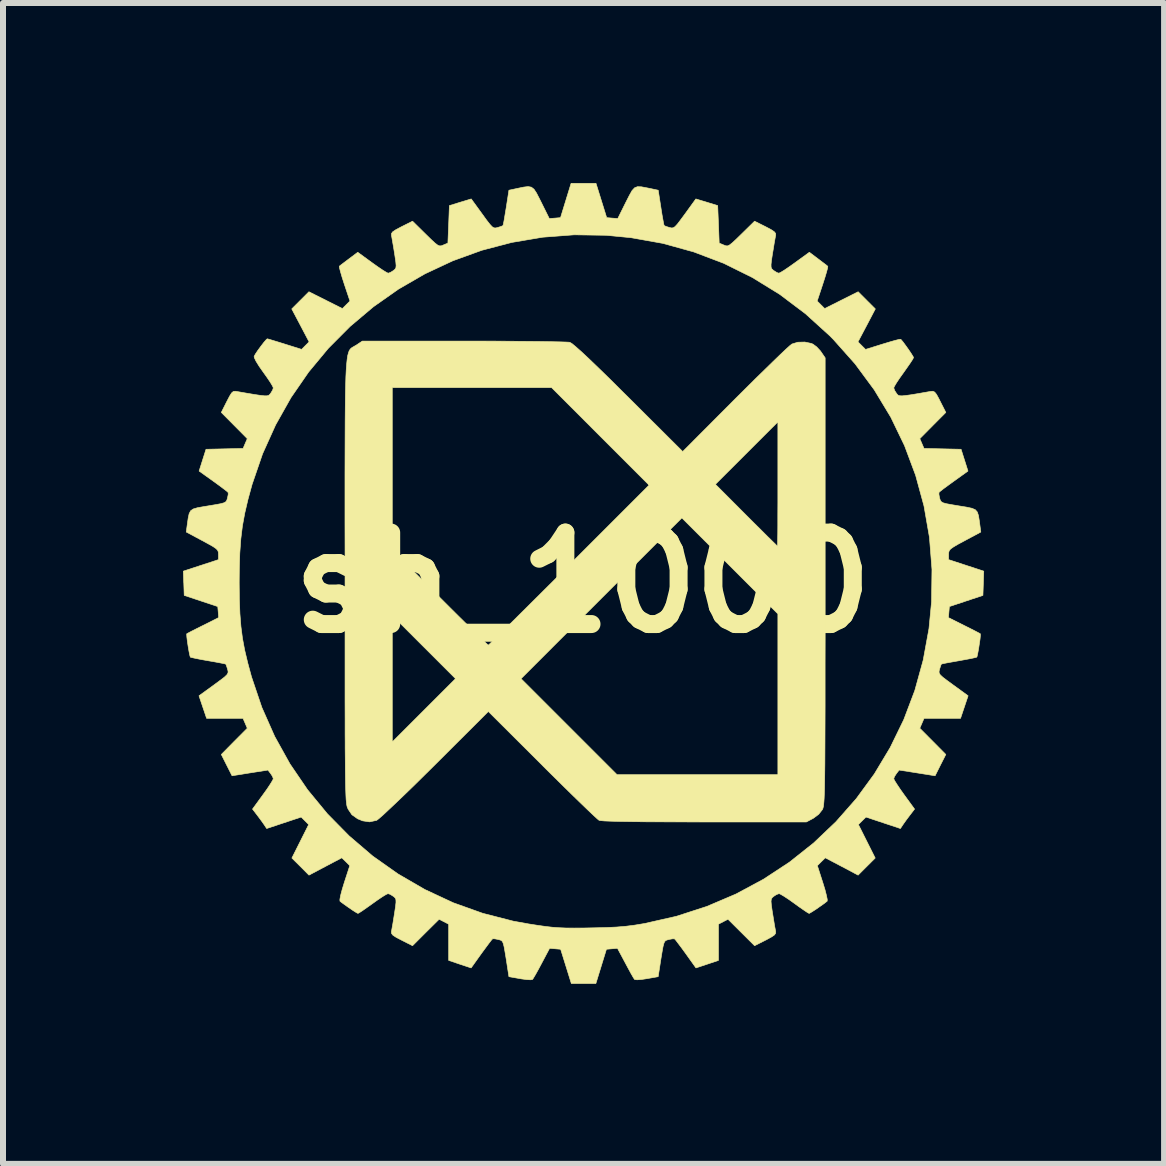
<source format=kicad_pcb>
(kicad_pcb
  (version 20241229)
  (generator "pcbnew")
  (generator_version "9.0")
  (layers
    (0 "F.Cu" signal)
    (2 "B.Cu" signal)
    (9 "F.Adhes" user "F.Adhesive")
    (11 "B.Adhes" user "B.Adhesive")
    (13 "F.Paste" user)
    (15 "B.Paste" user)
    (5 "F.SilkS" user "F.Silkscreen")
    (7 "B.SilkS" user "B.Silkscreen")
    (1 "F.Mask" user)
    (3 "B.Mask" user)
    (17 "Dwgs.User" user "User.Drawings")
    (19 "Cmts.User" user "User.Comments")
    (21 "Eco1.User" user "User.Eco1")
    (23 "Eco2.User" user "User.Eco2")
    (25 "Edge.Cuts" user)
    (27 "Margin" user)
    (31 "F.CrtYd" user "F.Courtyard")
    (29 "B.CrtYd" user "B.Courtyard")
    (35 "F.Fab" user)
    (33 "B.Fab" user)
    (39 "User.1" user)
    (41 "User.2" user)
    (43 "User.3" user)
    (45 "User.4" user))
  (footprint "sh_1000"
    (layer "F.Cu")
    (at 6.662 6.66)
    (property "Reference" "sh_1000" (at 0 0 0) (layer "F.SilkS") (effects (font (size 1.524 1.524) (thickness 0.3))))
    (attr through_hole)
    (fp_poly (pts (xy -1.693 -4.026) (xy -1.416 -4.025) (xy -1.156 -4.023) (xy -0.92 -4.021) (xy -0.71 -4.019) (xy -0.531 -4.016) (xy -0.388 -4.013) (xy -0.285 -4.01) (xy -0.226 -4.007) (xy -0.216 -4.005) (xy -0.18 -3.984) (xy -0.115 -3.93) (xy -0.019 -3.845) (xy 0.108 -3.726) (xy 0.267 -3.573) (xy 0.46 -3.385) (xy 0.685 -3.161) (xy 0.762 -3.085) (xy 1.665 -2.185) (xy 2.54 -3.063) (xy 2.716 -3.238) (xy 2.883 -3.404) (xy 3.038 -3.555) (xy 3.175 -3.689) (xy 3.292 -3.802) (xy 3.385 -3.89) (xy 3.45 -3.949) (xy 3.484 -3.976) (xy 3.485 -3.977) (xy 3.583 -4.007) (xy 3.7 -4.01) (xy 3.808 -3.987) (xy 3.836 -3.975) (xy 3.898 -3.929) (xy 3.96 -3.862) (xy 3.974 -3.842) (xy 4.039 -3.747) (xy 4.039 -0.025) (xy 4.039 0.483) (xy 4.039 0.943) (xy 4.038 1.357) (xy 4.038 1.728) (xy 4.038 2.057) (xy 4.037 2.349) (xy 4.036 2.604) (xy 4.035 2.826) (xy 4.034 3.017) (xy 4.032 3.18) (xy 4.03 3.317) (xy 4.028 3.43) (xy 4.025 3.521) (xy 4.022 3.595) (xy 4.018 3.652) (xy 4.014 3.695) (xy 4.01 3.728) (xy 4.004 3.752) (xy 3.999 3.769) (xy 3.992 3.783) (xy 3.991 3.784) (xy 3.931 3.86) (xy 3.844 3.925) (xy 3.835 3.93) (xy 3.726 3.988) (xy 2.026 3.988) (xy 1.648 3.987) (xy 1.32 3.986) (xy 1.039 3.985) (xy 0.804 3.982) (xy 0.614 3.979) (xy 0.467 3.975) (xy 0.362 3.971) (xy 0.296 3.965) (xy 0.271 3.96) (xy 0.243 3.937) (xy 0.182 3.881) (xy 0.093 3.797) (xy -0.021 3.687) (xy -0.156 3.556) (xy -0.309 3.406) (xy -0.475 3.242) (xy -0.652 3.067) (xy -0.679 3.039) (xy -1.574 2.147) (xy -2.47 3.041) (xy -2.648 3.217) (xy -2.817 3.384) (xy -2.974 3.536) (xy -3.114 3.67) (xy -3.234 3.783) (xy -3.329 3.872) (xy -3.398 3.932) (xy -3.434 3.96) (xy -3.437 3.961) (xy -3.553 3.986) (xy -3.669 3.969) (xy -3.752 3.935) (xy -3.848 3.867) (xy -3.91 3.775) (xy -3.917 3.759) (xy -3.924 3.743) (xy -3.93 3.722) (xy -3.935 3.695) (xy -3.939 3.66) (xy -3.944 3.613) (xy -3.947 3.552) (xy -3.95 3.475) (xy -3.953 3.379) (xy -3.955 3.262) (xy -3.957 3.12) (xy -3.958 2.953) (xy -3.96 2.756) (xy -3.96 2.654) (xy -3.175 2.654) (xy -2.121 1.6) (xy -2.121 1.6) (xy -1.029 1.6) (xy 0.571 3.2) (xy 3.251 3.2) (xy 3.251 0.52) (xy 1.651 -1.079) (xy 0.311 0.26) (xy -1.029 1.6) (xy -2.121 1.6) (xy -2.648 1.073) (xy -3.175 0.546) (xy -3.175 2.654) (xy -3.96 2.654) (xy -3.961 2.528) (xy -3.961 2.267) (xy -3.962 1.969) (xy -3.962 1.632) (xy -3.962 1.253) (xy -3.962 0.831) (xy -3.962 0.362) (xy -3.962 -0.023) (xy -3.962 -0.538) (xy -3.963 -1.005) (xy -3.963 -1.425) (xy -3.963 -1.803) (xy -3.962 -2.139) (xy -3.961 -2.436) (xy -3.96 -2.698) (xy -3.958 -2.926) (xy -3.956 -3.122) (xy -3.953 -3.251) (xy -3.175 -3.251) (xy -3.175 -0.546) (xy -2.381 0.248) (xy -2.216 0.413) (xy -2.062 0.566) (xy -1.922 0.704) (xy -1.801 0.824) (xy -1.702 0.921) (xy -1.629 0.991) (xy -1.586 1.032) (xy -1.575 1.041) (xy -1.555 1.024) (xy -1.503 0.973) (xy -1.42 0.892) (xy -1.309 0.784) (xy -1.174 0.65) (xy -1.018 0.495) (xy -0.842 0.32) (xy -0.65 0.129) (xy -0.445 -0.075) (xy -0.23 -0.291) (xy -0.229 -0.292) (xy 1.105 -1.626) (xy 1.091 -1.639) (xy 2.21 -1.639) (xy 2.724 -1.124) (xy 2.856 -0.992) (xy 2.976 -0.873) (xy 3.079 -0.77) (xy 3.161 -0.69) (xy 3.217 -0.635) (xy 3.243 -0.61) (xy 3.245 -0.61) (xy 3.246 -0.634) (xy 3.247 -0.704) (xy 3.249 -0.814) (xy 3.25 -0.959) (xy 3.25 -1.134) (xy 3.251 -1.332) (xy 3.251 -1.55) (xy 3.251 -1.644) (xy 3.251 -2.679) (xy 2.21 -1.639) (xy 1.091 -1.639) (xy 0.292 -2.438) (xy -0.52 -3.251) (xy -1.848 -3.251) (xy -3.175 -3.251) (xy -3.953 -3.251) (xy -3.952 -3.29) (xy -3.948 -3.431) (xy -3.942 -3.549) (xy -3.935 -3.644) (xy -3.927 -3.721) (xy -3.918 -3.782) (xy -3.906 -3.828) (xy -3.894 -3.862) (xy -3.879 -3.887) (xy -3.863 -3.905) (xy -3.844 -3.919) (xy -3.823 -3.931) (xy -3.801 -3.944) (xy -3.776 -3.958) (xy -3.674 -4.026) (xy -1.983 -4.026) (xy -1.693 -4.026)) (stroke (width 0.01) (type solid)) (fill yes) (layer "F.SilkS"))
    (fp_poly (pts (xy 0.309 -6.369) (xy 0.398 -6.083) (xy 0.491 -6.075) (xy 0.583 -6.068) (xy 0.716 -6.336) (xy 0.776 -6.454) (xy 0.821 -6.534) (xy 0.863 -6.58) (xy 0.911 -6.599) (xy 0.976 -6.597) (xy 1.067 -6.58) (xy 1.117 -6.57) (xy 1.257 -6.54) (xy 1.302 -6.25) (xy 1.32 -6.135) (xy 1.337 -6.04) (xy 1.349 -5.975) (xy 1.356 -5.951) (xy 1.384 -5.938) (xy 1.44 -5.92) (xy 1.444 -5.919) (xy 1.478 -5.911) (xy 1.507 -5.914) (xy 1.537 -5.933) (xy 1.576 -5.975) (xy 1.63 -6.046) (xy 1.704 -6.146) (xy 1.884 -6.395) (xy 2.066 -6.34) (xy 2.248 -6.284) (xy 2.261 -5.972) (xy 2.273 -5.659) (xy 2.349 -5.627) (xy 2.383 -5.614) (xy 2.412 -5.612) (xy 2.445 -5.627) (xy 2.49 -5.662) (xy 2.556 -5.723) (xy 2.644 -5.809) (xy 2.863 -6.024) (xy 3.045 -5.933) (xy 3.136 -5.885) (xy 3.189 -5.85) (xy 3.213 -5.821) (xy 3.215 -5.79) (xy 3.213 -5.784) (xy 3.204 -5.735) (xy 3.189 -5.65) (xy 3.172 -5.544) (xy 3.162 -5.486) (xy 3.145 -5.375) (xy 3.137 -5.302) (xy 3.138 -5.258) (xy 3.149 -5.231) (xy 3.171 -5.21) (xy 3.182 -5.201) (xy 3.233 -5.169) (xy 3.267 -5.157) (xy 3.298 -5.171) (xy 3.36 -5.209) (xy 3.444 -5.266) (xy 3.535 -5.331) (xy 3.776 -5.506) (xy 3.923 -5.395) (xy 3.997 -5.339) (xy 4.054 -5.296) (xy 4.082 -5.273) (xy 4.083 -5.273) (xy 4.08 -5.245) (xy 4.063 -5.18) (xy 4.035 -5.086) (xy 4 -4.977) (xy 3.906 -4.693) (xy 3.968 -4.631) (xy 4.031 -4.568) (xy 4.589 -4.848) (xy 4.732 -4.705) (xy 4.875 -4.562) (xy 4.731 -4.287) (xy 4.586 -4.013) (xy 4.649 -3.95) (xy 4.712 -3.887) (xy 5 -3.977) (xy 5.113 -4.011) (xy 5.207 -4.038) (xy 5.273 -4.054) (xy 5.299 -4.056) (xy 5.332 -4.018) (xy 5.378 -3.956) (xy 5.428 -3.886) (xy 5.473 -3.819) (xy 5.504 -3.769) (xy 5.512 -3.752) (xy 5.498 -3.723) (xy 5.459 -3.663) (xy 5.402 -3.581) (xy 5.347 -3.503) (xy 5.28 -3.409) (xy 5.226 -3.328) (xy 5.192 -3.27) (xy 5.182 -3.246) (xy 5.197 -3.203) (xy 5.227 -3.156) (xy 5.242 -3.136) (xy 5.258 -3.122) (xy 5.282 -3.115) (xy 5.32 -3.113) (xy 5.38 -3.119) (xy 5.468 -3.131) (xy 5.59 -3.151) (xy 5.755 -3.18) (xy 5.798 -3.187) (xy 5.834 -3.19) (xy 5.864 -3.176) (xy 5.894 -3.139) (xy 5.933 -3.068) (xy 5.958 -3.018) (xy 6.05 -2.837) (xy 5.833 -2.619) (xy 5.616 -2.4) (xy 5.651 -2.319) (xy 5.686 -2.237) (xy 5.995 -2.23) (xy 6.304 -2.223) (xy 6.419 -1.86) (xy 6.182 -1.69) (xy 6.087 -1.621) (xy 6.008 -1.563) (xy 5.955 -1.521) (xy 5.935 -1.503) (xy 5.935 -1.469) (xy 5.946 -1.41) (xy 5.947 -1.407) (xy 5.958 -1.373) (xy 5.974 -1.349) (xy 6.005 -1.331) (xy 6.059 -1.316) (xy 6.146 -1.3) (xy 6.265 -1.28) (xy 6.395 -1.259) (xy 6.484 -1.24) (xy 6.541 -1.216) (xy 6.574 -1.178) (xy 6.594 -1.119) (xy 6.608 -1.03) (xy 6.616 -0.97) (xy 6.633 -0.844) (xy 6.365 -0.7) (xy 6.251 -0.639) (xy 6.175 -0.594) (xy 6.129 -0.561) (xy 6.106 -0.532) (xy 6.097 -0.5) (xy 6.096 -0.47) (xy 6.096 -0.384) (xy 6.389 -0.288) (xy 6.682 -0.192) (xy 6.675 0.01) (xy 6.668 0.212) (xy 6.109 0.398) (xy 6.101 0.49) (xy 6.093 0.582) (xy 6.355 0.713) (xy 6.459 0.765) (xy 6.545 0.809) (xy 6.604 0.84) (xy 6.625 0.852) (xy 6.626 0.879) (xy 6.62 0.941) (xy 6.608 1.022) (xy 6.595 1.108) (xy 6.581 1.182) (xy 6.57 1.231) (xy 6.565 1.241) (xy 6.537 1.249) (xy 6.469 1.264) (xy 6.373 1.282) (xy 6.268 1.301) (xy 6.155 1.321) (xy 6.061 1.338) (xy 5.998 1.351) (xy 5.975 1.357) (xy 5.964 1.384) (xy 5.946 1.44) (xy 5.945 1.444) (xy 5.937 1.478) (xy 5.939 1.507) (xy 5.958 1.537) (xy 6 1.576) (xy 6.071 1.63) (xy 6.172 1.704) (xy 6.421 1.885) (xy 6.295 2.261) (xy 5.687 2.261) (xy 5.616 2.426) (xy 5.833 2.644) (xy 6.05 2.863) (xy 5.96 3.04) (xy 5.871 3.218) (xy 5.571 3.17) (xy 5.272 3.123) (xy 5.227 3.181) (xy 5.194 3.232) (xy 5.182 3.267) (xy 5.196 3.298) (xy 5.235 3.36) (xy 5.291 3.444) (xy 5.355 3.534) (xy 5.529 3.773) (xy 5.45 3.876) (xy 5.395 3.949) (xy 5.347 4.016) (xy 5.332 4.038) (xy 5.293 4.097) (xy 4.719 3.906) (xy 4.656 3.968) (xy 4.593 4.031) (xy 4.873 4.589) (xy 4.731 4.731) (xy 4.588 4.874) (xy 4.315 4.729) (xy 4.041 4.585) (xy 3.975 4.65) (xy 3.909 4.716) (xy 4.001 5.002) (xy 4.036 5.116) (xy 4.06 5.211) (xy 4.074 5.278) (xy 4.073 5.307) (xy 4.025 5.345) (xy 3.958 5.392) (xy 3.887 5.442) (xy 3.823 5.483) (xy 3.781 5.508) (xy 3.772 5.512) (xy 3.745 5.498) (xy 3.687 5.459) (xy 3.606 5.403) (xy 3.529 5.347) (xy 3.435 5.28) (xy 3.353 5.226) (xy 3.295 5.192) (xy 3.271 5.182) (xy 3.228 5.197) (xy 3.182 5.227) (xy 3.156 5.249) (xy 3.142 5.273) (xy 3.137 5.31) (xy 3.142 5.371) (xy 3.156 5.468) (xy 3.163 5.512) (xy 3.181 5.623) (xy 3.197 5.721) (xy 3.21 5.79) (xy 3.214 5.81) (xy 3.214 5.841) (xy 3.195 5.87) (xy 3.147 5.903) (xy 3.063 5.949) (xy 3.045 5.958) (xy 2.863 6.05) (xy 2.641 5.829) (xy 2.42 5.609) (xy 2.34 5.65) (xy 2.261 5.691) (xy 2.261 6.295) (xy 2.073 6.358) (xy 1.886 6.42) (xy 1.716 6.182) (xy 1.647 6.087) (xy 1.588 6.009) (xy 1.547 5.955) (xy 1.528 5.935) (xy 1.494 5.935) (xy 1.435 5.946) (xy 1.431 5.947) (xy 1.403 5.955) (xy 1.381 5.964) (xy 1.364 5.982) (xy 1.35 6.015) (xy 1.336 6.07) (xy 1.321 6.155) (xy 1.301 6.276) (xy 1.276 6.439) (xy 1.256 6.566) (xy 1.069 6.599) (xy 0.976 6.613) (xy 0.904 6.618) (xy 0.865 6.613) (xy 0.863 6.612) (xy 0.843 6.582) (xy 0.806 6.518) (xy 0.757 6.428) (xy 0.711 6.342) (xy 0.578 6.093) (xy 0.486 6.101) (xy 0.394 6.109) (xy 0.218 6.68) (xy 0.014 6.68) (xy -0.191 6.68) (xy -0.28 6.394) (xy -0.369 6.109) (xy -0.461 6.101) (xy -0.553 6.093) (xy -0.685 6.342) (xy -0.74 6.445) (xy -0.788 6.531) (xy -0.823 6.59) (xy -0.837 6.612) (xy -0.87 6.618) (xy -0.939 6.614) (xy -1.029 6.602) (xy -1.044 6.599) (xy -1.231 6.566) (xy -1.251 6.439) (xy -1.276 6.275) (xy -1.296 6.154) (xy -1.311 6.069) (xy -1.325 6.014) (xy -1.339 5.981) (xy -1.356 5.964) (xy -1.377 5.955) (xy -1.406 5.947) (xy -1.466 5.935) (xy -1.502 5.934) (xy -1.503 5.935) (xy -1.524 5.958) (xy -1.567 6.014) (xy -1.627 6.095) (xy -1.691 6.182) (xy -1.861 6.42) (xy -2.048 6.358) (xy -2.235 6.295) (xy -2.235 5.691) (xy -2.315 5.65) (xy -2.394 5.609) (xy -2.616 5.829) (xy -2.837 6.05) (xy -3.019 5.958) (xy -3.111 5.91) (xy -3.164 5.875) (xy -3.187 5.846) (xy -3.19 5.815) (xy -3.188 5.81) (xy -3.179 5.76) (xy -3.164 5.675) (xy -3.147 5.569) (xy -3.138 5.512) (xy -3.121 5.4) (xy -3.113 5.328) (xy -3.114 5.283) (xy -3.125 5.256) (xy -3.146 5.235) (xy -3.157 5.227) (xy -3.209 5.194) (xy -3.246 5.182) (xy -3.278 5.196) (xy -3.342 5.235) (xy -3.426 5.292) (xy -3.503 5.347) (xy -3.596 5.413) (xy -3.673 5.467) (xy -3.727 5.502) (xy -3.747 5.512) (xy -3.774 5.498) (xy -3.828 5.464) (xy -3.897 5.417) (xy -3.968 5.367) (xy -4.027 5.324) (xy -4.047 5.307) (xy -4.048 5.277) (xy -4.035 5.209) (xy -4.01 5.114) (xy -3.976 5.002) (xy -3.883 4.716) (xy -3.949 4.65) (xy -4.016 4.585) (xy -4.289 4.729) (xy -4.563 4.874) (xy -4.705 4.731) (xy -4.848 4.589) (xy -4.568 4.031) (xy -4.631 3.968) (xy -4.693 3.906) (xy -5.268 4.097) (xy -5.307 4.038) (xy -5.346 3.982) (xy -5.4 3.909) (xy -5.425 3.876) (xy -5.504 3.773) (xy -5.33 3.534) (xy -5.261 3.438) (xy -5.206 3.355) (xy -5.169 3.294) (xy -5.157 3.267) (xy -5.172 3.227) (xy -5.202 3.181) (xy -5.247 3.123) (xy -5.546 3.17) (xy -5.845 3.218) (xy -5.935 3.04) (xy -6.024 2.863) (xy -5.808 2.644) (xy -5.591 2.426) (xy -5.662 2.261) (xy -6.269 2.261) (xy -6.396 1.885) (xy -6.146 1.704) (xy -6.042 1.627) (xy -5.972 1.574) (xy -5.931 1.535) (xy -5.913 1.505) (xy -5.911 1.477) (xy -5.919 1.444) (xy -5.937 1.387) (xy -5.949 1.357) (xy -5.95 1.357) (xy -5.976 1.35) (xy -6.043 1.337) (xy -6.139 1.319) (xy -6.243 1.301) (xy -6.357 1.281) (xy -6.452 1.262) (xy -6.516 1.248) (xy -6.54 1.241) (xy -6.549 1.212) (xy -6.562 1.149) (xy -6.576 1.067) (xy -6.589 0.982) (xy -6.598 0.908) (xy -6.601 0.861) (xy -6.6 0.852) (xy -6.575 0.838) (xy -6.514 0.806) (xy -6.427 0.762) (xy -6.329 0.713) (xy -6.068 0.582) (xy -6.075 0.49) (xy -6.083 0.398) (xy -6.642 0.212) (xy -6.649 0.01) (xy -6.65 0) (xy -5.726 0) (xy -5.723 0.277) (xy -5.714 0.516) (xy -5.697 0.73) (xy -5.671 0.929) (xy -5.634 1.127) (xy -5.584 1.336) (xy -5.521 1.569) (xy -5.52 1.572) (xy -5.349 2.078) (xy -5.135 2.561) (xy -4.88 3.02) (xy -4.587 3.45) (xy -4.257 3.851) (xy -3.894 4.22) (xy -3.501 4.556) (xy -3.079 4.854) (xy -2.631 5.114) (xy -2.159 5.334) (xy -1.667 5.51) (xy -1.157 5.641) (xy -0.902 5.687) (xy -0.748 5.711) (xy -0.62 5.729) (xy -0.508 5.742) (xy -0.399 5.75) (xy -0.282 5.755) (xy -0.145 5.756) (xy 0.022 5.755) (xy 0.178 5.752) (xy 0.388 5.747) (xy 0.563 5.739) (xy 0.717 5.726) (xy 0.866 5.707) (xy 1.023 5.681) (xy 1.029 5.68) (xy 1.559 5.56) (xy 2.068 5.395) (xy 2.554 5.188) (xy 3.013 4.941) (xy 3.445 4.657) (xy 3.848 4.337) (xy 4.219 3.984) (xy 4.557 3.6) (xy 4.859 3.187) (xy 5.123 2.747) (xy 5.349 2.283) (xy 5.533 1.797) (xy 5.673 1.29) (xy 5.769 0.766) (xy 5.812 0.32) (xy 5.819 -0.221) (xy 5.777 -0.755) (xy 5.686 -1.278) (xy 5.547 -1.788) (xy 5.362 -2.283) (xy 5.132 -2.759) (xy 4.857 -3.214) (xy 4.538 -3.646) (xy 4.177 -4.052) (xy 4.115 -4.115) (xy 3.71 -4.482) (xy 3.28 -4.806) (xy 2.825 -5.086) (xy 2.349 -5.322) (xy 1.851 -5.511) (xy 1.336 -5.654) (xy 0.804 -5.749) (xy 0.391 -5.789) (xy -0.143 -5.797) (xy -0.669 -5.757) (xy -1.183 -5.67) (xy -1.683 -5.539) (xy -2.166 -5.364) (xy -2.63 -5.147) (xy -3.071 -4.892) (xy -3.489 -4.598) (xy -3.879 -4.269) (xy -4.24 -3.906) (xy -4.569 -3.51) (xy -4.863 -3.084) (xy -5.119 -2.629) (xy -5.336 -2.148) (xy -5.51 -1.641) (xy -5.511 -1.638) (xy -5.579 -1.39) (xy -5.632 -1.164) (xy -5.672 -0.947) (xy -5.699 -0.727) (xy -5.716 -0.49) (xy -5.724 -0.225) (xy -5.726 0) (xy -6.65 0) (xy -6.657 -0.192) (xy -6.364 -0.288) (xy -6.071 -0.384) (xy -6.071 -0.47) (xy -6.073 -0.508) (xy -6.084 -0.538) (xy -6.111 -0.567) (xy -6.163 -0.603) (xy -6.247 -0.65) (xy -6.339 -0.7) (xy -6.608 -0.844) (xy -6.591 -0.97) (xy -6.576 -1.076) (xy -6.56 -1.15) (xy -6.535 -1.198) (xy -6.492 -1.228) (xy -6.421 -1.249) (xy -6.314 -1.268) (xy -6.24 -1.28) (xy -6.114 -1.301) (xy -6.029 -1.317) (xy -5.977 -1.332) (xy -5.947 -1.35) (xy -5.932 -1.375) (xy -5.922 -1.407) (xy -5.909 -1.467) (xy -5.909 -1.502) (xy -5.91 -1.503) (xy -5.933 -1.524) (xy -5.989 -1.567) (xy -6.069 -1.627) (xy -6.156 -1.69) (xy -6.394 -1.86) (xy -6.279 -2.223) (xy -5.97 -2.23) (xy -5.661 -2.237) (xy -5.626 -2.319) (xy -5.591 -2.4) (xy -5.808 -2.619) (xy -6.024 -2.837) (xy -5.933 -3.018) (xy -5.886 -3.108) (xy -5.853 -3.161) (xy -5.824 -3.186) (xy -5.792 -3.19) (xy -5.772 -3.187) (xy -5.598 -3.157) (xy -5.466 -3.135) (xy -5.371 -3.121) (xy -5.306 -3.114) (xy -5.264 -3.114) (xy -5.237 -3.12) (xy -5.22 -3.133) (xy -5.205 -3.151) (xy -5.201 -3.156) (xy -5.169 -3.209) (xy -5.157 -3.246) (xy -5.171 -3.278) (xy -5.209 -3.342) (xy -5.266 -3.426) (xy -5.324 -3.507) (xy -5.394 -3.607) (xy -5.446 -3.691) (xy -5.474 -3.75) (xy -5.477 -3.772) (xy -5.455 -3.811) (xy -5.415 -3.871) (xy -5.365 -3.939) (xy -5.316 -4.003) (xy -5.277 -4.048) (xy -5.259 -4.064) (xy -5.23 -4.057) (xy -5.164 -4.037) (xy -5.069 -4.008) (xy -4.966 -3.976) (xy -4.686 -3.888) (xy -4.561 -4.013) (xy -4.705 -4.287) (xy -4.85 -4.562) (xy -4.707 -4.705) (xy -4.564 -4.848) (xy -4.006 -4.568) (xy -3.943 -4.631) (xy -3.88 -4.693) (xy -3.975 -4.977) (xy -4.011 -5.089) (xy -4.038 -5.182) (xy -4.055 -5.247) (xy -4.058 -5.273) (xy -4.033 -5.293) (xy -3.979 -5.334) (xy -3.906 -5.389) (xy -3.898 -5.395) (xy -3.75 -5.506) (xy -3.51 -5.331) (xy -3.413 -5.262) (xy -3.33 -5.206) (xy -3.269 -5.169) (xy -3.242 -5.157) (xy -3.202 -5.172) (xy -3.156 -5.201) (xy -3.13 -5.223) (xy -3.115 -5.247) (xy -3.111 -5.284) (xy -3.116 -5.344) (xy -3.13 -5.44) (xy -3.137 -5.486) (xy -3.155 -5.598) (xy -3.172 -5.695) (xy -3.184 -5.765) (xy -3.188 -5.784) (xy -3.189 -5.816) (xy -3.17 -5.845) (xy -3.122 -5.878) (xy -3.038 -5.923) (xy -3.019 -5.933) (xy -2.837 -6.024) (xy -2.619 -5.809) (xy -2.527 -5.719) (xy -2.462 -5.659) (xy -2.418 -5.625) (xy -2.385 -5.612) (xy -2.356 -5.614) (xy -2.324 -5.627) (xy -2.248 -5.659) (xy -2.235 -5.972) (xy -2.223 -6.284) (xy -2.041 -6.34) (xy -1.859 -6.395) (xy -1.678 -6.146) (xy -1.602 -6.041) (xy -1.548 -5.972) (xy -1.51 -5.931) (xy -1.48 -5.913) (xy -1.451 -5.911) (xy -1.418 -5.919) (xy -1.361 -5.937) (xy -1.331 -5.95) (xy -1.33 -5.951) (xy -1.323 -5.978) (xy -1.31 -6.045) (xy -1.294 -6.142) (xy -1.276 -6.25) (xy -1.231 -6.54) (xy -1.092 -6.57) (xy -0.986 -6.592) (xy -0.911 -6.601) (xy -0.857 -6.591) (xy -0.813 -6.557) (xy -0.771 -6.493) (xy -0.719 -6.392) (xy -0.691 -6.336) (xy -0.558 -6.068) (xy -0.464 -6.075) (xy -0.371 -6.083) (xy -0.283 -6.369) (xy -0.195 -6.655) (xy 0.22 -6.655) (xy 0.309 -6.369)) (stroke (width 0.01) (type solid)) (fill yes) (layer "F.SilkS")))
  (gr_rect
    (start -3 -3)
    (end 16.349 16.345)
    (stroke (width 0.1) (type default))
    (fill no)
    (layer "Edge.Cuts")))
</source>
